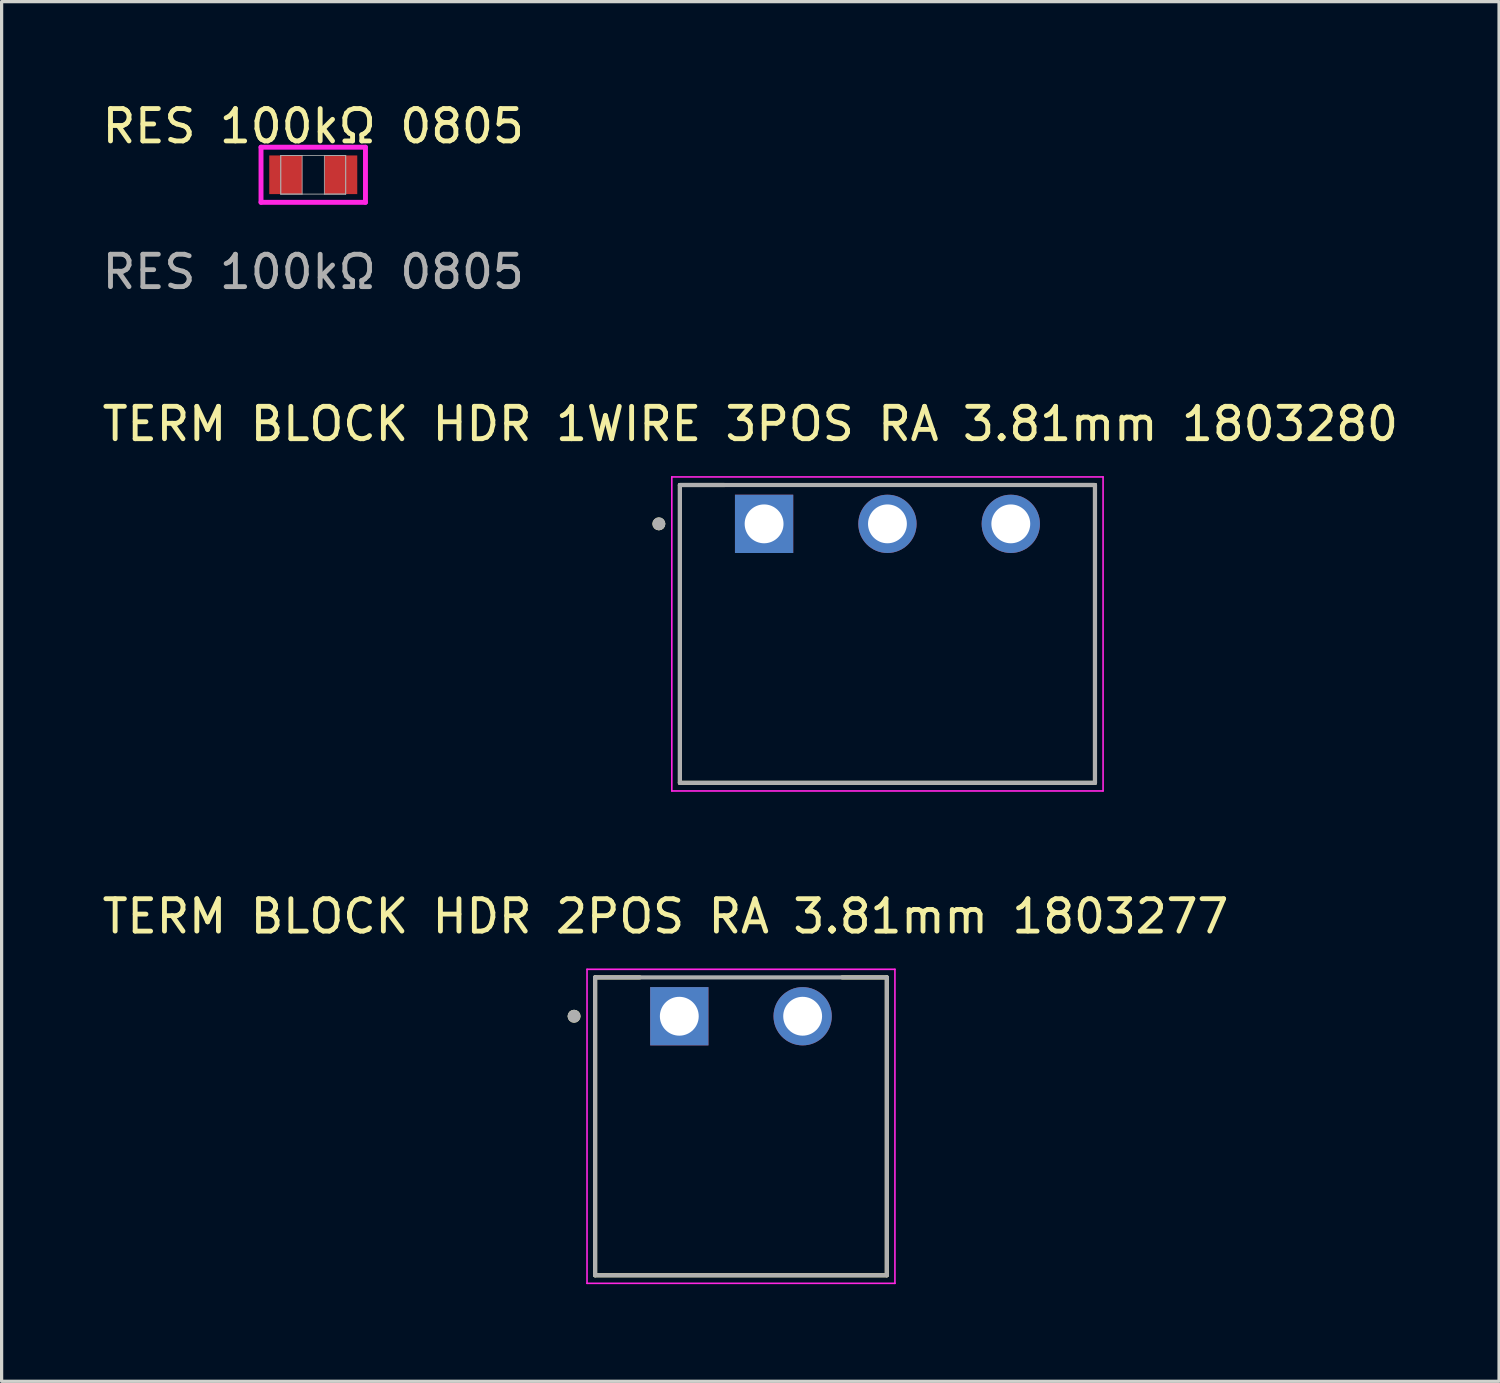
<source format=kicad_pcb>
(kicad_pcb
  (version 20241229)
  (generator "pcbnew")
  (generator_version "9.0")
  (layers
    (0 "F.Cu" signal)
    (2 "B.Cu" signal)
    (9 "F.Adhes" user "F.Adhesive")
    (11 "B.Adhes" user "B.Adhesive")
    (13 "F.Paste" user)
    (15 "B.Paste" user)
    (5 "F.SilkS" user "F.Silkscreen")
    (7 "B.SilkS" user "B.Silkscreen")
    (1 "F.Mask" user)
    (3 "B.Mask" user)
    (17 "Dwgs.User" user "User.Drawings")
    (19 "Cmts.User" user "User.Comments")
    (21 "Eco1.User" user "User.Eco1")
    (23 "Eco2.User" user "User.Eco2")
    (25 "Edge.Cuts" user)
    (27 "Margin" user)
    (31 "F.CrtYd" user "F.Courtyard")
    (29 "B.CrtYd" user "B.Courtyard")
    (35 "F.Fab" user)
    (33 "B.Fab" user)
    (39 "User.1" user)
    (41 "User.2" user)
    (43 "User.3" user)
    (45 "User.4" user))
  (footprint "RES 100kΩ 0805"
    (layer "F.Cu")
    (at 6.625 2.348)
    (property "Reference" "RES 100kΩ 0805" (at 0 -1.5 0) (unlocked yes) (layer "F.SilkS") (effects (font (size 1 1) (thickness 0.15))))
    (attr smd)
    (fp_line (start -1.613 -0.851) (end 1.613 -0.851) (stroke (width 0.152) (type solid)) (layer "F.CrtYd"))
    (fp_line (start -1.613 0.851) (end -1.613 -0.851) (stroke (width 0.152) (type solid)) (layer "F.CrtYd"))
    (fp_line (start 1.613 -0.851) (end 1.613 0.851) (stroke (width 0.152) (type solid)) (layer "F.CrtYd"))
    (fp_line (start 1.613 0.851) (end -1.613 0.851) (stroke (width 0.152) (type solid)) (layer "F.CrtYd"))
    (fp_line (start -1.003 -0.597) (end -1.003 0.597) (stroke (width 0.025) (type solid)) (layer "F.Fab"))
    (fp_line (start -1.003 -0.597) (end -1.003 0.597) (stroke (width 0.025) (type solid)) (layer "F.Fab"))
    (fp_line (start -1.003 0.597) (end -0.343 0.597) (stroke (width 0.025) (type solid)) (layer "F.Fab"))
    (fp_line (start -1.003 0.597) (end 1.003 0.597) (stroke (width 0.025) (type solid)) (layer "F.Fab"))
    (fp_line (start -0.343 -0.597) (end -1.003 -0.597) (stroke (width 0.025) (type solid)) (layer "F.Fab"))
    (fp_line (start -0.343 0.597) (end -0.343 -0.597) (stroke (width 0.025) (type solid)) (layer "F.Fab"))
    (fp_line (start 0.343 -0.597) (end 0.343 0.597) (stroke (width 0.025) (type solid)) (layer "F.Fab"))
    (fp_line (start 0.343 0.597) (end 1.003 0.597) (stroke (width 0.025) (type solid)) (layer "F.Fab"))
    (fp_line (start 1.003 -0.597) (end -1.003 -0.597) (stroke (width 0.025) (type solid)) (layer "F.Fab"))
    (fp_line (start 1.003 -0.597) (end 0.343 -0.597) (stroke (width 0.025) (type solid)) (layer "F.Fab"))
    (fp_line (start 1.003 0.597) (end 1.003 -0.597) (stroke (width 0.025) (type solid)) (layer "F.Fab"))
    (fp_line (start 1.003 0.597) (end 1.003 -0.597) (stroke (width 0.025) (type solid)) (layer "F.Fab"))
    (fp_text user "${REFERENCE}" (at 0 3 0) (unlocked yes) (layer "F.Fab") (effects (font (size 1 1) (thickness 0.15))))
    (pad "1" smd rect (at -0.851 0) (size 1.016 1.194) (layers "F.Cu" "F.Mask" "F.Paste"))
    (pad "2" smd rect (at 0.851 0) (size 1.016 1.194) (layers "F.Cu" "F.Mask" "F.Paste"))
    (zone (net_name "") (layer "F.Cu") (hatch full 0.508) (connect_pads) (min_thickness 0.254) (filled_areas_thickness no) (keepout (tracks not_allowed) (vias not_allowed) (pads allowed) (copperpour not_allowed) (footprints allowed)) (placement (enabled no)) (fill) (polygon (pts (xy 6.333 1.802) (xy 6.917 1.802) (xy 6.917 2.894) (xy 6.333 2.894)))))
  (footprint "TERM BLOCK HDR 2POS RA 3.81mm 1803277"
    (layer "F.Cu")
    (at 15.331 36.338)
    (property "Reference" "TERM BLOCK HDR 2POS RA 3.81mm 1803277" (at 2.175 -11.085 0) (layer "F.SilkS") (effects (font (size 1 1) (thickness 0.15))))
    (attr through_hole)
    (fp_line (start 0 -9.2) (end 1.38 -9.2) (stroke (width 0.127) (type solid)) (layer "F.SilkS"))
    (fp_line (start 0 0) (end 0 -9.2) (stroke (width 0.127) (type solid)) (layer "F.SilkS"))
    (fp_line (start 0 0) (end 9.01 0) (stroke (width 0.127) (type solid)) (layer "F.SilkS"))
    (fp_line (start 7.63 -9.2) (end 9.01 -9.2) (stroke (width 0.127) (type solid)) (layer "F.SilkS"))
    (fp_line (start 9.01 -9.2) (end 9.01 0) (stroke (width 0.127) (type solid)) (layer "F.SilkS"))
    (fp_circle (center -0.65 -8) (end -0.55 -8) (stroke (width 0.2) (type solid)) (fill no) (layer "F.SilkS"))
    (fp_line (start -0.25 -9.45) (end 9.26 -9.45) (stroke (width 0.05) (type solid)) (layer "F.CrtYd"))
    (fp_line (start -0.25 0.25) (end -0.25 -9.45) (stroke (width 0.05) (type solid)) (layer "F.CrtYd"))
    (fp_line (start 9.26 -9.45) (end 9.26 0.25) (stroke (width 0.05) (type solid)) (layer "F.CrtYd"))
    (fp_line (start 9.26 0.25) (end -0.25 0.25) (stroke (width 0.05) (type solid)) (layer "F.CrtYd"))
    (fp_line (start 0 -9.2) (end 9.01 -9.2) (stroke (width 0.127) (type solid)) (layer "F.Fab"))
    (fp_line (start 0 0) (end 0 -9.2) (stroke (width 0.127) (type solid)) (layer "F.Fab"))
    (fp_line (start 9.01 -9.2) (end 9.01 0) (stroke (width 0.127) (type solid)) (layer "F.Fab"))
    (fp_line (start 9.01 0) (end 0 0) (stroke (width 0.127) (type solid)) (layer "F.Fab"))
    (fp_circle (center -0.65 -8) (end -0.55 -8) (stroke (width 0.2) (type solid)) (fill no) (layer "F.Fab"))
    (pad "01" thru_hole rect (at 2.6 -8) (size 1.8 1.8) (drill 1.2) (layers "*.Cu" "*.Mask"))
    (pad "02" thru_hole circle (at 6.41 -8) (size 1.8 1.8) (drill 1.2) (layers "*.Cu" "*.Mask")))
  (footprint "TERM BLOCK HDR 1WIRE 3POS RA 3.81mm 1803280"
    (layer "F.Cu")
    (at 17.95 21.13)
    (property "Reference" "TERM BLOCK HDR 1WIRE 3POS RA 3.81mm 1803280" (at 2.175 -11.085 0) (layer "F.SilkS") (effects (font (size 1 1) (thickness 0.15))))
    (attr through_hole)
    (fp_line (start 0 -9.2) (end 1.38 -9.2) (stroke (width 0.127) (type solid)) (layer "F.SilkS"))
    (fp_line (start 0 0) (end 0 -9.2) (stroke (width 0.127) (type solid)) (layer "F.SilkS"))
    (fp_line (start 0 0) (end 12.82 0) (stroke (width 0.127) (type solid)) (layer "F.SilkS"))
    (fp_line (start 11.44 -9.2) (end 12.82 -9.2) (stroke (width 0.127) (type solid)) (layer "F.SilkS"))
    (fp_line (start 12.82 -9.2) (end 12.82 0) (stroke (width 0.127) (type solid)) (layer "F.SilkS"))
    (fp_circle (center -0.65 -8) (end -0.55 -8) (stroke (width 0.2) (type solid)) (fill no) (layer "F.SilkS"))
    (fp_line (start -0.25 -9.45) (end 13.07 -9.45) (stroke (width 0.05) (type solid)) (layer "F.CrtYd"))
    (fp_line (start -0.25 0.25) (end -0.25 -9.45) (stroke (width 0.05) (type solid)) (layer "F.CrtYd"))
    (fp_line (start 13.07 -9.45) (end 13.07 0.25) (stroke (width 0.05) (type solid)) (layer "F.CrtYd"))
    (fp_line (start 13.07 0.25) (end -0.25 0.25) (stroke (width 0.05) (type solid)) (layer "F.CrtYd"))
    (fp_line (start 0 -9.2) (end 12.82 -9.2) (stroke (width 0.127) (type solid)) (layer "F.Fab"))
    (fp_line (start 0 0) (end 0 -9.2) (stroke (width 0.127) (type solid)) (layer "F.Fab"))
    (fp_line (start 12.82 -9.2) (end 12.82 0) (stroke (width 0.127) (type solid)) (layer "F.Fab"))
    (fp_line (start 12.82 0) (end 0 0) (stroke (width 0.127) (type solid)) (layer "F.Fab"))
    (fp_circle (center -0.65 -8) (end -0.55 -8) (stroke (width 0.2) (type solid)) (fill no) (layer "F.Fab"))
    (pad "01" thru_hole rect (at 2.6 -8) (size 1.8 1.8) (drill 1.2) (layers "*.Cu" "*.Mask"))
    (pad "02" thru_hole circle (at 6.41 -8) (size 1.8 1.8) (drill 1.2) (layers "*.Cu" "*.Mask"))
    (pad "03" thru_hole circle (at 10.22 -8) (size 1.8 1.8) (drill 1.2) (layers "*.Cu" "*.Mask")))
  (gr_rect
    (start -3 -3)
    (end 43.25 39.613)
    (stroke (width 0.1) (type default))
    (fill no)
    (layer "Edge.Cuts")))
</source>
